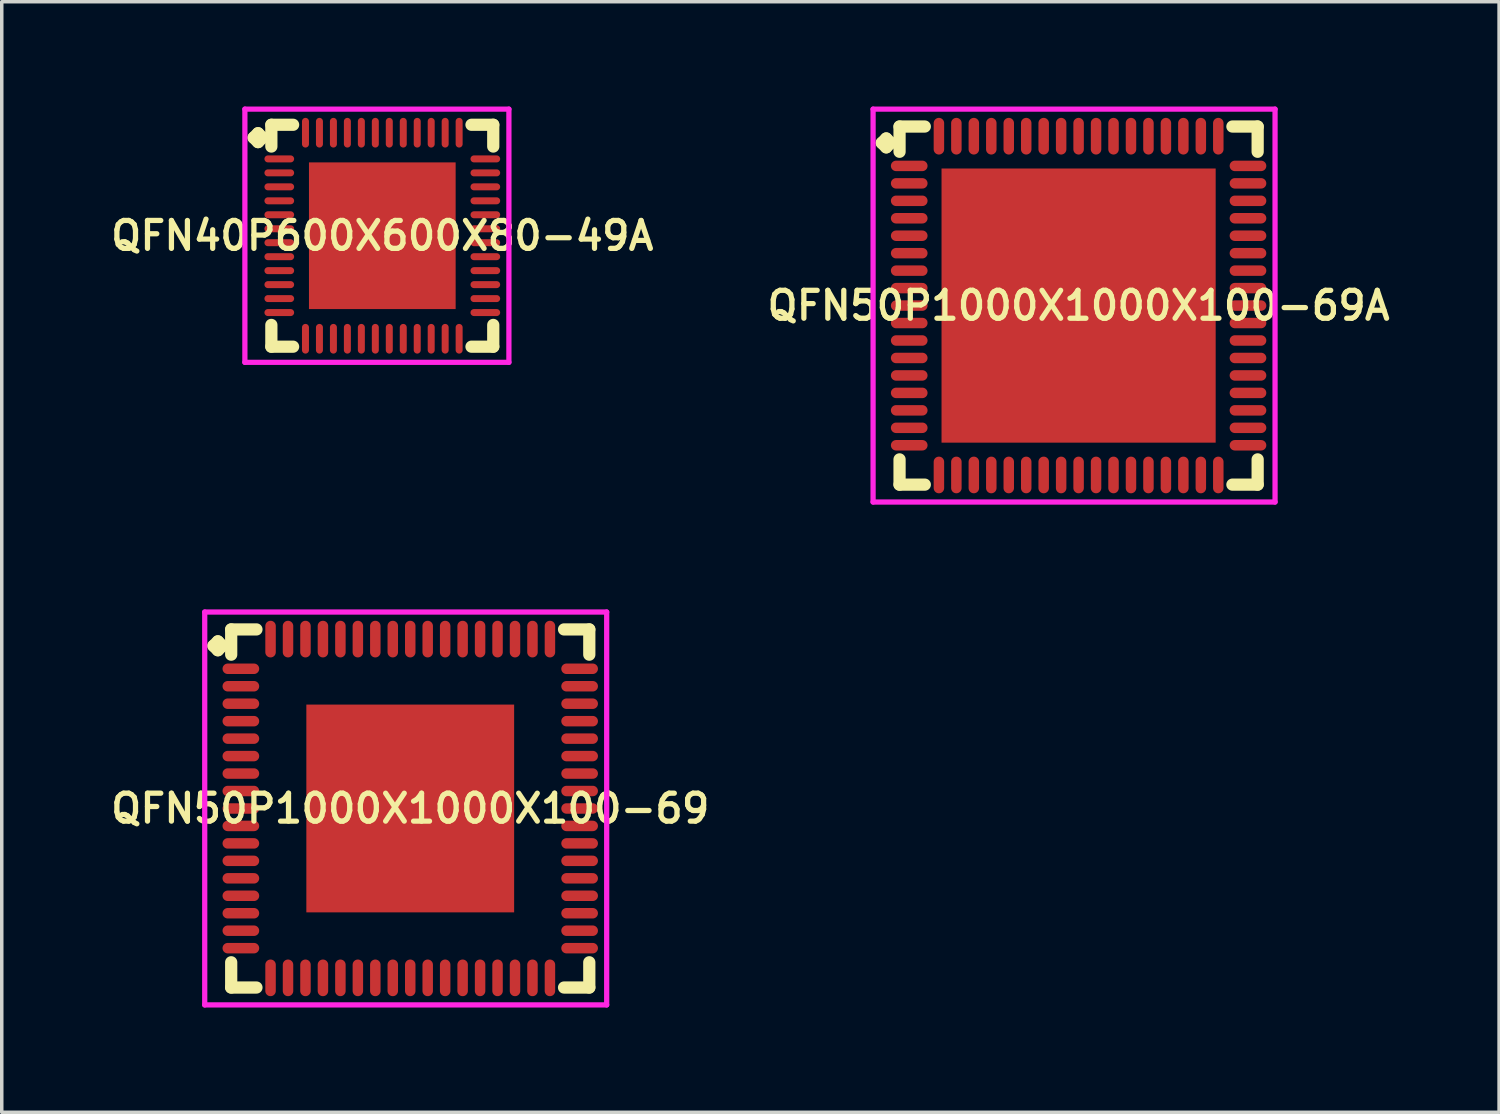
<source format=kicad_pcb>
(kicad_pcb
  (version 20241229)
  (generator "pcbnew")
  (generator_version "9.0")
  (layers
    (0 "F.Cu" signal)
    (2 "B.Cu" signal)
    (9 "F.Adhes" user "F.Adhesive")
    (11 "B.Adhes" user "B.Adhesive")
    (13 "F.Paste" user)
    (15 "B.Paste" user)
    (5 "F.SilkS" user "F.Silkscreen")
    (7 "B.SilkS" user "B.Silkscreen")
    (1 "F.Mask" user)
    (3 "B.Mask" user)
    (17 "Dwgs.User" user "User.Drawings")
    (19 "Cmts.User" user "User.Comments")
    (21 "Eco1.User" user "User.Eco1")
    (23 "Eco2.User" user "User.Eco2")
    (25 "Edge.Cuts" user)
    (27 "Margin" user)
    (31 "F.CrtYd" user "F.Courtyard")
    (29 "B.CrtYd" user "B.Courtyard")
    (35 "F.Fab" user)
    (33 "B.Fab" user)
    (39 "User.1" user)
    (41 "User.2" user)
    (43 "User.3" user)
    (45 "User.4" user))
  (footprint "QFN50P1000X1000X100-69A"
    (layer "F.Cu")
    (at 27.835 5.7)
    (property "Reference" "QFN50P1000X1000X100-69A" (at 0 0 0) (layer "F.SilkS") (effects (font (size 0.8 0.8) (thickness 0.15))))
    (attr smd)
    (fp_line (start -5.635 -4.658) (end -5.508 -4.785) (stroke (width 0.35) (type solid)) (layer "F.SilkS"))
    (fp_line (start -5.508 -4.785) (end -5.381 -4.658) (stroke (width 0.35) (type solid)) (layer "F.SilkS"))
    (fp_line (start -5.508 -4.531) (end -5.635 -4.658) (stroke (width 0.35) (type solid)) (layer "F.SilkS"))
    (fp_line (start -5.381 -4.658) (end -5.508 -4.531) (stroke (width 0.35) (type solid)) (layer "F.SilkS"))
    (fp_line (start -5.127 -5.127) (end -4.404 -5.127) (stroke (width 0.35) (type solid)) (layer "F.SilkS"))
    (fp_line (start -5.127 -4.404) (end -5.127 -5.127) (stroke (width 0.35) (type solid)) (layer "F.SilkS"))
    (fp_line (start -5.127 4.404) (end -5.127 5.127) (stroke (width 0.35) (type solid)) (layer "F.SilkS"))
    (fp_line (start -5.127 5.127) (end -4.404 5.127) (stroke (width 0.35) (type solid)) (layer "F.SilkS"))
    (fp_line (start 4.404 -5.127) (end 5.127 -5.127) (stroke (width 0.35) (type solid)) (layer "F.SilkS"))
    (fp_line (start 4.404 5.127) (end 5.127 5.127) (stroke (width 0.35) (type solid)) (layer "F.SilkS"))
    (fp_line (start 5.127 -5.127) (end 5.127 -4.404) (stroke (width 0.35) (type solid)) (layer "F.SilkS"))
    (fp_line (start 5.127 5.127) (end 5.127 4.404) (stroke (width 0.35) (type solid)) (layer "F.SilkS"))
    (fp_line (start -5.885 -5.625) (end 5.625 -5.625) (stroke (width 0.15) (type solid)) (layer "F.CrtYd"))
    (fp_line (start -5.885 5.625) (end -5.885 -5.625) (stroke (width 0.15) (type solid)) (layer "F.CrtYd"))
    (fp_line (start 5.625 -5.625) (end 5.625 5.625) (stroke (width 0.15) (type solid)) (layer "F.CrtYd"))
    (fp_line (start 5.625 5.625) (end -5.885 5.625) (stroke (width 0.15) (type solid)) (layer "F.CrtYd"))
    (pad "1" smd oval (at -4.85 -4) (size 1.05 0.3) (layers "F.Cu" "F.Mask" "F.Paste"))
    (pad "2" smd oval (at -4.85 -3.5) (size 1.05 0.3) (layers "F.Cu" "F.Mask" "F.Paste"))
    (pad "3" smd oval (at -4.85 -3) (size 1.05 0.3) (layers "F.Cu" "F.Mask" "F.Paste"))
    (pad "4" smd oval (at -4.85 -2.5) (size 1.05 0.3) (layers "F.Cu" "F.Mask" "F.Paste"))
    (pad "5" smd oval (at -4.85 -2) (size 1.05 0.3) (layers "F.Cu" "F.Mask" "F.Paste"))
    (pad "6" smd oval (at -4.85 -1.5) (size 1.05 0.3) (layers "F.Cu" "F.Mask" "F.Paste"))
    (pad "7" smd oval (at -4.85 -1) (size 1.05 0.3) (layers "F.Cu" "F.Mask" "F.Paste"))
    (pad "8" smd oval (at -4.85 -0.5) (size 1.05 0.3) (layers "F.Cu" "F.Mask" "F.Paste"))
    (pad "9" smd oval (at -4.85 0) (size 1.05 0.3) (layers "F.Cu" "F.Mask" "F.Paste"))
    (pad "10" smd oval (at -4.85 0.5) (size 1.05 0.3) (layers "F.Cu" "F.Mask" "F.Paste"))
    (pad "11" smd oval (at -4.85 1) (size 1.05 0.3) (layers "F.Cu" "F.Mask" "F.Paste"))
    (pad "12" smd oval (at -4.85 1.5) (size 1.05 0.3) (layers "F.Cu" "F.Mask" "F.Paste"))
    (pad "13" smd oval (at -4.85 2) (size 1.05 0.3) (layers "F.Cu" "F.Mask" "F.Paste"))
    (pad "14" smd oval (at -4.85 2.5) (size 1.05 0.3) (layers "F.Cu" "F.Mask" "F.Paste"))
    (pad "15" smd oval (at -4.85 3) (size 1.05 0.3) (layers "F.Cu" "F.Mask" "F.Paste"))
    (pad "16" smd oval (at -4.85 3.5) (size 1.05 0.3) (layers "F.Cu" "F.Mask" "F.Paste"))
    (pad "17" smd oval (at -4.85 4) (size 1.05 0.3) (layers "F.Cu" "F.Mask" "F.Paste"))
    (pad "18" smd oval (at -4 4.85) (size 0.3 1.05) (layers "F.Cu" "F.Mask" "F.Paste"))
    (pad "19" smd oval (at -3.5 4.85) (size 0.3 1.05) (layers "F.Cu" "F.Mask" "F.Paste"))
    (pad "20" smd oval (at -3 4.85) (size 0.3 1.05) (layers "F.Cu" "F.Mask" "F.Paste"))
    (pad "21" smd oval (at -2.5 4.85) (size 0.3 1.05) (layers "F.Cu" "F.Mask" "F.Paste"))
    (pad "22" smd oval (at -2 4.85) (size 0.3 1.05) (layers "F.Cu" "F.Mask" "F.Paste"))
    (pad "23" smd oval (at -1.5 4.85) (size 0.3 1.05) (layers "F.Cu" "F.Mask" "F.Paste"))
    (pad "24" smd oval (at -1 4.85) (size 0.3 1.05) (layers "F.Cu" "F.Mask" "F.Paste"))
    (pad "25" smd oval (at -0.5 4.85) (size 0.3 1.05) (layers "F.Cu" "F.Mask" "F.Paste"))
    (pad "26" smd oval (at 0 4.85) (size 0.3 1.05) (layers "F.Cu" "F.Mask" "F.Paste"))
    (pad "27" smd oval (at 0.5 4.85) (size 0.3 1.05) (layers "F.Cu" "F.Mask" "F.Paste"))
    (pad "28" smd oval (at 1 4.85) (size 0.3 1.05) (layers "F.Cu" "F.Mask" "F.Paste"))
    (pad "29" smd oval (at 1.5 4.85) (size 0.3 1.05) (layers "F.Cu" "F.Mask" "F.Paste"))
    (pad "30" smd oval (at 2 4.85) (size 0.3 1.05) (layers "F.Cu" "F.Mask" "F.Paste"))
    (pad "31" smd oval (at 2.5 4.85) (size 0.3 1.05) (layers "F.Cu" "F.Mask" "F.Paste"))
    (pad "32" smd oval (at 3 4.85) (size 0.3 1.05) (layers "F.Cu" "F.Mask" "F.Paste"))
    (pad "33" smd oval (at 3.5 4.85) (size 0.3 1.05) (layers "F.Cu" "F.Mask" "F.Paste"))
    (pad "34" smd oval (at 4 4.85) (size 0.3 1.05) (layers "F.Cu" "F.Mask" "F.Paste"))
    (pad "35" smd oval (at 4.85 4) (size 1.05 0.3) (layers "F.Cu" "F.Mask" "F.Paste"))
    (pad "36" smd oval (at 4.85 3.5) (size 1.05 0.3) (layers "F.Cu" "F.Mask" "F.Paste"))
    (pad "37" smd oval (at 4.85 3) (size 1.05 0.3) (layers "F.Cu" "F.Mask" "F.Paste"))
    (pad "38" smd oval (at 4.85 2.5) (size 1.05 0.3) (layers "F.Cu" "F.Mask" "F.Paste"))
    (pad "39" smd oval (at 4.85 2) (size 1.05 0.3) (layers "F.Cu" "F.Mask" "F.Paste"))
    (pad "40" smd oval (at 4.85 1.5) (size 1.05 0.3) (layers "F.Cu" "F.Mask" "F.Paste"))
    (pad "41" smd oval (at 4.85 1) (size 1.05 0.3) (layers "F.Cu" "F.Mask" "F.Paste"))
    (pad "42" smd oval (at 4.85 0.5) (size 1.05 0.3) (layers "F.Cu" "F.Mask" "F.Paste"))
    (pad "43" smd oval (at 4.85 0) (size 1.05 0.3) (layers "F.Cu" "F.Mask" "F.Paste"))
    (pad "44" smd oval (at 4.85 -0.5) (size 1.05 0.3) (layers "F.Cu" "F.Mask" "F.Paste"))
    (pad "45" smd oval (at 4.85 -1) (size 1.05 0.3) (layers "F.Cu" "F.Mask" "F.Paste"))
    (pad "46" smd oval (at 4.85 -1.5) (size 1.05 0.3) (layers "F.Cu" "F.Mask" "F.Paste"))
    (pad "47" smd oval (at 4.85 -2) (size 1.05 0.3) (layers "F.Cu" "F.Mask" "F.Paste"))
    (pad "48" smd oval (at 4.85 -2.5) (size 1.05 0.3) (layers "F.Cu" "F.Mask" "F.Paste"))
    (pad "49" smd oval (at 4.85 -3) (size 1.05 0.3) (layers "F.Cu" "F.Mask" "F.Paste"))
    (pad "50" smd oval (at 4.85 -3.5) (size 1.05 0.3) (layers "F.Cu" "F.Mask" "F.Paste"))
    (pad "51" smd oval (at 4.85 -4) (size 1.05 0.3) (layers "F.Cu" "F.Mask" "F.Paste"))
    (pad "52" smd oval (at 4 -4.85) (size 0.3 1.05) (layers "F.Cu" "F.Mask" "F.Paste"))
    (pad "53" smd oval (at 3.5 -4.85) (size 0.3 1.05) (layers "F.Cu" "F.Mask" "F.Paste"))
    (pad "54" smd oval (at 3 -4.85) (size 0.3 1.05) (layers "F.Cu" "F.Mask" "F.Paste"))
    (pad "55" smd oval (at 2.5 -4.85) (size 0.3 1.05) (layers "F.Cu" "F.Mask" "F.Paste"))
    (pad "56" smd oval (at 2 -4.85) (size 0.3 1.05) (layers "F.Cu" "F.Mask" "F.Paste"))
    (pad "57" smd oval (at 1.5 -4.85) (size 0.3 1.05) (layers "F.Cu" "F.Mask" "F.Paste"))
    (pad "58" smd oval (at 1 -4.85) (size 0.3 1.05) (layers "F.Cu" "F.Mask" "F.Paste"))
    (pad "59" smd oval (at 0.5 -4.85) (size 0.3 1.05) (layers "F.Cu" "F.Mask" "F.Paste"))
    (pad "60" smd oval (at 0 -4.85) (size 0.3 1.05) (layers "F.Cu" "F.Mask" "F.Paste"))
    (pad "61" smd oval (at -0.5 -4.85) (size 0.3 1.05) (layers "F.Cu" "F.Mask" "F.Paste"))
    (pad "62" smd oval (at -1 -4.85) (size 0.3 1.05) (layers "F.Cu" "F.Mask" "F.Paste"))
    (pad "63" smd oval (at -1.5 -4.85) (size 0.3 1.05) (layers "F.Cu" "F.Mask" "F.Paste"))
    (pad "64" smd oval (at -2 -4.85) (size 0.3 1.05) (layers "F.Cu" "F.Mask" "F.Paste"))
    (pad "65" smd oval (at -2.5 -4.85) (size 0.3 1.05) (layers "F.Cu" "F.Mask" "F.Paste"))
    (pad "66" smd oval (at -3 -4.85) (size 0.3 1.05) (layers "F.Cu" "F.Mask" "F.Paste"))
    (pad "67" smd oval (at -3.5 -4.85) (size 0.3 1.05) (layers "F.Cu" "F.Mask" "F.Paste"))
    (pad "68" smd oval (at -4 -4.85) (size 0.3 1.05) (layers "F.Cu" "F.Mask" "F.Paste"))
    (pad "69" smd rect (at 0 0) (size 7.85 7.85) (layers "F.Cu" "F.Mask" "F.Paste")))
  (footprint "QFN50P1000X1000X100-69"
    (layer "F.Cu")
    (at 8.697 20.1)
    (property "Reference" "QFN50P1000X1000X100-69" (at 0 0 0) (layer "F.SilkS") (effects (font (size 0.8 0.8) (thickness 0.15))))
    (attr smd)
    (fp_line (start -5.635 -4.658) (end -5.508 -4.785) (stroke (width 0.35) (type solid)) (layer "F.SilkS"))
    (fp_line (start -5.508 -4.785) (end -5.381 -4.658) (stroke (width 0.35) (type solid)) (layer "F.SilkS"))
    (fp_line (start -5.508 -4.531) (end -5.635 -4.658) (stroke (width 0.35) (type solid)) (layer "F.SilkS"))
    (fp_line (start -5.381 -4.658) (end -5.508 -4.531) (stroke (width 0.35) (type solid)) (layer "F.SilkS"))
    (fp_line (start -5.127 -5.127) (end -4.404 -5.127) (stroke (width 0.35) (type solid)) (layer "F.SilkS"))
    (fp_line (start -5.127 -4.404) (end -5.127 -5.127) (stroke (width 0.35) (type solid)) (layer "F.SilkS"))
    (fp_line (start -5.127 4.404) (end -5.127 5.127) (stroke (width 0.35) (type solid)) (layer "F.SilkS"))
    (fp_line (start -5.127 5.127) (end -4.404 5.127) (stroke (width 0.35) (type solid)) (layer "F.SilkS"))
    (fp_line (start 4.404 -5.127) (end 5.127 -5.127) (stroke (width 0.35) (type solid)) (layer "F.SilkS"))
    (fp_line (start 4.404 5.127) (end 5.127 5.127) (stroke (width 0.35) (type solid)) (layer "F.SilkS"))
    (fp_line (start 5.127 -5.127) (end 5.127 -4.404) (stroke (width 0.35) (type solid)) (layer "F.SilkS"))
    (fp_line (start 5.127 5.127) (end 5.127 4.404) (stroke (width 0.35) (type solid)) (layer "F.SilkS"))
    (fp_line (start -5.885 -5.625) (end 5.625 -5.625) (stroke (width 0.15) (type solid)) (layer "F.CrtYd"))
    (fp_line (start -5.885 5.625) (end -5.885 -5.625) (stroke (width 0.15) (type solid)) (layer "F.CrtYd"))
    (fp_line (start 5.625 -5.625) (end 5.625 5.625) (stroke (width 0.15) (type solid)) (layer "F.CrtYd"))
    (fp_line (start 5.625 5.625) (end -5.885 5.625) (stroke (width 0.15) (type solid)) (layer "F.CrtYd"))
    (pad "1" smd oval (at -4.85 -4) (size 1.05 0.3) (layers "F.Cu" "F.Mask" "F.Paste"))
    (pad "2" smd oval (at -4.85 -3.5) (size 1.05 0.3) (layers "F.Cu" "F.Mask" "F.Paste"))
    (pad "3" smd oval (at -4.85 -3) (size 1.05 0.3) (layers "F.Cu" "F.Mask" "F.Paste"))
    (pad "4" smd oval (at -4.85 -2.5) (size 1.05 0.3) (layers "F.Cu" "F.Mask" "F.Paste"))
    (pad "5" smd oval (at -4.85 -2) (size 1.05 0.3) (layers "F.Cu" "F.Mask" "F.Paste"))
    (pad "6" smd oval (at -4.85 -1.5) (size 1.05 0.3) (layers "F.Cu" "F.Mask" "F.Paste"))
    (pad "7" smd oval (at -4.85 -1) (size 1.05 0.3) (layers "F.Cu" "F.Mask" "F.Paste"))
    (pad "8" smd oval (at -4.85 -0.5) (size 1.05 0.3) (layers "F.Cu" "F.Mask" "F.Paste"))
    (pad "9" smd oval (at -4.85 0) (size 1.05 0.3) (layers "F.Cu" "F.Mask" "F.Paste"))
    (pad "10" smd oval (at -4.85 0.5) (size 1.05 0.3) (layers "F.Cu" "F.Mask" "F.Paste"))
    (pad "11" smd oval (at -4.85 1) (size 1.05 0.3) (layers "F.Cu" "F.Mask" "F.Paste"))
    (pad "12" smd oval (at -4.85 1.5) (size 1.05 0.3) (layers "F.Cu" "F.Mask" "F.Paste"))
    (pad "13" smd oval (at -4.85 2) (size 1.05 0.3) (layers "F.Cu" "F.Mask" "F.Paste"))
    (pad "14" smd oval (at -4.85 2.5) (size 1.05 0.3) (layers "F.Cu" "F.Mask" "F.Paste"))
    (pad "15" smd oval (at -4.85 3) (size 1.05 0.3) (layers "F.Cu" "F.Mask" "F.Paste"))
    (pad "16" smd oval (at -4.85 3.5) (size 1.05 0.3) (layers "F.Cu" "F.Mask" "F.Paste"))
    (pad "17" smd oval (at -4.85 4) (size 1.05 0.3) (layers "F.Cu" "F.Mask" "F.Paste"))
    (pad "18" smd oval (at -4 4.85) (size 0.3 1.05) (layers "F.Cu" "F.Mask" "F.Paste"))
    (pad "19" smd oval (at -3.5 4.85) (size 0.3 1.05) (layers "F.Cu" "F.Mask" "F.Paste"))
    (pad "20" smd oval (at -3 4.85) (size 0.3 1.05) (layers "F.Cu" "F.Mask" "F.Paste"))
    (pad "21" smd oval (at -2.5 4.85) (size 0.3 1.05) (layers "F.Cu" "F.Mask" "F.Paste"))
    (pad "22" smd oval (at -2 4.85) (size 0.3 1.05) (layers "F.Cu" "F.Mask" "F.Paste"))
    (pad "23" smd oval (at -1.5 4.85) (size 0.3 1.05) (layers "F.Cu" "F.Mask" "F.Paste"))
    (pad "24" smd oval (at -1 4.85) (size 0.3 1.05) (layers "F.Cu" "F.Mask" "F.Paste"))
    (pad "25" smd oval (at -0.5 4.85) (size 0.3 1.05) (layers "F.Cu" "F.Mask" "F.Paste"))
    (pad "26" smd oval (at 0 4.85) (size 0.3 1.05) (layers "F.Cu" "F.Mask" "F.Paste"))
    (pad "27" smd oval (at 0.5 4.85) (size 0.3 1.05) (layers "F.Cu" "F.Mask" "F.Paste"))
    (pad "28" smd oval (at 1 4.85) (size 0.3 1.05) (layers "F.Cu" "F.Mask" "F.Paste"))
    (pad "29" smd oval (at 1.5 4.85) (size 0.3 1.05) (layers "F.Cu" "F.Mask" "F.Paste"))
    (pad "30" smd oval (at 2 4.85) (size 0.3 1.05) (layers "F.Cu" "F.Mask" "F.Paste"))
    (pad "31" smd oval (at 2.5 4.85) (size 0.3 1.05) (layers "F.Cu" "F.Mask" "F.Paste"))
    (pad "32" smd oval (at 3 4.85) (size 0.3 1.05) (layers "F.Cu" "F.Mask" "F.Paste"))
    (pad "33" smd oval (at 3.5 4.85) (size 0.3 1.05) (layers "F.Cu" "F.Mask" "F.Paste"))
    (pad "34" smd oval (at 4 4.85) (size 0.3 1.05) (layers "F.Cu" "F.Mask" "F.Paste"))
    (pad "35" smd oval (at 4.85 4) (size 1.05 0.3) (layers "F.Cu" "F.Mask" "F.Paste"))
    (pad "36" smd oval (at 4.85 3.5) (size 1.05 0.3) (layers "F.Cu" "F.Mask" "F.Paste"))
    (pad "37" smd oval (at 4.85 3) (size 1.05 0.3) (layers "F.Cu" "F.Mask" "F.Paste"))
    (pad "38" smd oval (at 4.85 2.5) (size 1.05 0.3) (layers "F.Cu" "F.Mask" "F.Paste"))
    (pad "39" smd oval (at 4.85 2) (size 1.05 0.3) (layers "F.Cu" "F.Mask" "F.Paste"))
    (pad "40" smd oval (at 4.85 1.5) (size 1.05 0.3) (layers "F.Cu" "F.Mask" "F.Paste"))
    (pad "41" smd oval (at 4.85 1) (size 1.05 0.3) (layers "F.Cu" "F.Mask" "F.Paste"))
    (pad "42" smd oval (at 4.85 0.5) (size 1.05 0.3) (layers "F.Cu" "F.Mask" "F.Paste"))
    (pad "43" smd oval (at 4.85 0) (size 1.05 0.3) (layers "F.Cu" "F.Mask" "F.Paste"))
    (pad "44" smd oval (at 4.85 -0.5) (size 1.05 0.3) (layers "F.Cu" "F.Mask" "F.Paste"))
    (pad "45" smd oval (at 4.85 -1) (size 1.05 0.3) (layers "F.Cu" "F.Mask" "F.Paste"))
    (pad "46" smd oval (at 4.85 -1.5) (size 1.05 0.3) (layers "F.Cu" "F.Mask" "F.Paste"))
    (pad "47" smd oval (at 4.85 -2) (size 1.05 0.3) (layers "F.Cu" "F.Mask" "F.Paste"))
    (pad "48" smd oval (at 4.85 -2.5) (size 1.05 0.3) (layers "F.Cu" "F.Mask" "F.Paste"))
    (pad "49" smd oval (at 4.85 -3) (size 1.05 0.3) (layers "F.Cu" "F.Mask" "F.Paste"))
    (pad "50" smd oval (at 4.85 -3.5) (size 1.05 0.3) (layers "F.Cu" "F.Mask" "F.Paste"))
    (pad "51" smd oval (at 4.85 -4) (size 1.05 0.3) (layers "F.Cu" "F.Mask" "F.Paste"))
    (pad "52" smd oval (at 4 -4.85) (size 0.3 1.05) (layers "F.Cu" "F.Mask" "F.Paste"))
    (pad "53" smd oval (at 3.5 -4.85) (size 0.3 1.05) (layers "F.Cu" "F.Mask" "F.Paste"))
    (pad "54" smd oval (at 3 -4.85) (size 0.3 1.05) (layers "F.Cu" "F.Mask" "F.Paste"))
    (pad "55" smd oval (at 2.5 -4.85) (size 0.3 1.05) (layers "F.Cu" "F.Mask" "F.Paste"))
    (pad "56" smd oval (at 2 -4.85) (size 0.3 1.05) (layers "F.Cu" "F.Mask" "F.Paste"))
    (pad "57" smd oval (at 1.5 -4.85) (size 0.3 1.05) (layers "F.Cu" "F.Mask" "F.Paste"))
    (pad "58" smd oval (at 1 -4.85) (size 0.3 1.05) (layers "F.Cu" "F.Mask" "F.Paste"))
    (pad "59" smd oval (at 0.5 -4.85) (size 0.3 1.05) (layers "F.Cu" "F.Mask" "F.Paste"))
    (pad "60" smd oval (at 0 -4.85) (size 0.3 1.05) (layers "F.Cu" "F.Mask" "F.Paste"))
    (pad "61" smd oval (at -0.5 -4.85) (size 0.3 1.05) (layers "F.Cu" "F.Mask" "F.Paste"))
    (pad "62" smd oval (at -1 -4.85) (size 0.3 1.05) (layers "F.Cu" "F.Mask" "F.Paste"))
    (pad "63" smd oval (at -1.5 -4.85) (size 0.3 1.05) (layers "F.Cu" "F.Mask" "F.Paste"))
    (pad "64" smd oval (at -2 -4.85) (size 0.3 1.05) (layers "F.Cu" "F.Mask" "F.Paste"))
    (pad "65" smd oval (at -2.5 -4.85) (size 0.3 1.05) (layers "F.Cu" "F.Mask" "F.Paste"))
    (pad "66" smd oval (at -3 -4.85) (size 0.3 1.05) (layers "F.Cu" "F.Mask" "F.Paste"))
    (pad "67" smd oval (at -3.5 -4.85) (size 0.3 1.05) (layers "F.Cu" "F.Mask" "F.Paste"))
    (pad "68" smd oval (at -4 -4.85) (size 0.3 1.05) (layers "F.Cu" "F.Mask" "F.Paste"))
    (pad "69" smd rect (at 0 0) (size 5.95 5.95) (layers "F.Cu" "F.Mask" "F.Paste")))
  (footprint "QFN40P600X600X80-49A"
    (layer "F.Cu")
    (at 7.897 3.7)
    (property "Reference" "QFN40P600X600X80-49A" (at 0 0 0) (layer "F.SilkS") (effects (font (size 0.8 0.8) (thickness 0.15))))
    (attr smd)
    (fp_line (start -3.685 -2.808) (end -3.558 -2.935) (stroke (width 0.35) (type solid)) (layer "F.SilkS"))
    (fp_line (start -3.558 -2.935) (end -3.431 -2.808) (stroke (width 0.35) (type solid)) (layer "F.SilkS"))
    (fp_line (start -3.558 -2.681) (end -3.685 -2.808) (stroke (width 0.35) (type solid)) (layer "F.SilkS"))
    (fp_line (start -3.431 -2.808) (end -3.558 -2.681) (stroke (width 0.35) (type solid)) (layer "F.SilkS"))
    (fp_line (start -3.177 -3.177) (end -2.554 -3.177) (stroke (width 0.35) (type solid)) (layer "F.SilkS"))
    (fp_line (start -3.177 -2.554) (end -3.177 -3.177) (stroke (width 0.35) (type solid)) (layer "F.SilkS"))
    (fp_line (start -3.177 2.554) (end -3.177 3.177) (stroke (width 0.35) (type solid)) (layer "F.SilkS"))
    (fp_line (start -3.177 3.177) (end -2.554 3.177) (stroke (width 0.35) (type solid)) (layer "F.SilkS"))
    (fp_line (start 2.554 -3.177) (end 3.177 -3.177) (stroke (width 0.35) (type solid)) (layer "F.SilkS"))
    (fp_line (start 2.554 3.177) (end 3.177 3.177) (stroke (width 0.35) (type solid)) (layer "F.SilkS"))
    (fp_line (start 3.177 -3.177) (end 3.177 -2.554) (stroke (width 0.35) (type solid)) (layer "F.SilkS"))
    (fp_line (start 3.177 3.177) (end 3.177 2.554) (stroke (width 0.35) (type solid)) (layer "F.SilkS"))
    (fp_line (start -3.935 -3.625) (end 3.625 -3.625) (stroke (width 0.15) (type solid)) (layer "F.CrtYd"))
    (fp_line (start -3.935 3.625) (end -3.935 -3.625) (stroke (width 0.15) (type solid)) (layer "F.CrtYd"))
    (fp_line (start 3.625 -3.625) (end 3.625 3.625) (stroke (width 0.15) (type solid)) (layer "F.CrtYd"))
    (fp_line (start 3.625 3.625) (end -3.935 3.625) (stroke (width 0.15) (type solid)) (layer "F.CrtYd"))
    (pad "1" smd oval (at -2.95 -2.2) (size 0.85 0.2) (layers "F.Cu" "F.Mask" "F.Paste"))
    (pad "2" smd oval (at -2.95 -1.8) (size 0.85 0.2) (layers "F.Cu" "F.Mask" "F.Paste"))
    (pad "3" smd oval (at -2.95 -1.4) (size 0.85 0.2) (layers "F.Cu" "F.Mask" "F.Paste"))
    (pad "4" smd oval (at -2.95 -1) (size 0.85 0.2) (layers "F.Cu" "F.Mask" "F.Paste"))
    (pad "5" smd oval (at -2.95 -0.6) (size 0.85 0.2) (layers "F.Cu" "F.Mask" "F.Paste"))
    (pad "6" smd oval (at -2.95 -0.2) (size 0.85 0.2) (layers "F.Cu" "F.Mask" "F.Paste"))
    (pad "7" smd oval (at -2.95 0.2) (size 0.85 0.2) (layers "F.Cu" "F.Mask" "F.Paste"))
    (pad "8" smd oval (at -2.95 0.6) (size 0.85 0.2) (layers "F.Cu" "F.Mask" "F.Paste"))
    (pad "9" smd oval (at -2.95 1) (size 0.85 0.2) (layers "F.Cu" "F.Mask" "F.Paste"))
    (pad "10" smd oval (at -2.95 1.4) (size 0.85 0.2) (layers "F.Cu" "F.Mask" "F.Paste"))
    (pad "11" smd oval (at -2.95 1.8) (size 0.85 0.2) (layers "F.Cu" "F.Mask" "F.Paste"))
    (pad "12" smd oval (at -2.95 2.2) (size 0.85 0.2) (layers "F.Cu" "F.Mask" "F.Paste"))
    (pad "13" smd oval (at -2.2 2.95) (size 0.2 0.85) (layers "F.Cu" "F.Mask" "F.Paste"))
    (pad "14" smd oval (at -1.8 2.95) (size 0.2 0.85) (layers "F.Cu" "F.Mask" "F.Paste"))
    (pad "15" smd oval (at -1.4 2.95) (size 0.2 0.85) (layers "F.Cu" "F.Mask" "F.Paste"))
    (pad "16" smd oval (at -1 2.95) (size 0.2 0.85) (layers "F.Cu" "F.Mask" "F.Paste"))
    (pad "17" smd oval (at -0.6 2.95) (size 0.2 0.85) (layers "F.Cu" "F.Mask" "F.Paste"))
    (pad "18" smd oval (at -0.2 2.95) (size 0.2 0.85) (layers "F.Cu" "F.Mask" "F.Paste"))
    (pad "19" smd oval (at 0.2 2.95) (size 0.2 0.85) (layers "F.Cu" "F.Mask" "F.Paste"))
    (pad "20" smd oval (at 0.6 2.95) (size 0.2 0.85) (layers "F.Cu" "F.Mask" "F.Paste"))
    (pad "21" smd oval (at 1 2.95) (size 0.2 0.85) (layers "F.Cu" "F.Mask" "F.Paste"))
    (pad "22" smd oval (at 1.4 2.95) (size 0.2 0.85) (layers "F.Cu" "F.Mask" "F.Paste"))
    (pad "23" smd oval (at 1.8 2.95) (size 0.2 0.85) (layers "F.Cu" "F.Mask" "F.Paste"))
    (pad "24" smd oval (at 2.2 2.95) (size 0.2 0.85) (layers "F.Cu" "F.Mask" "F.Paste"))
    (pad "25" smd oval (at 2.95 2.2) (size 0.85 0.2) (layers "F.Cu" "F.Mask" "F.Paste"))
    (pad "26" smd oval (at 2.95 1.8) (size 0.85 0.2) (layers "F.Cu" "F.Mask" "F.Paste"))
    (pad "27" smd oval (at 2.95 1.4) (size 0.85 0.2) (layers "F.Cu" "F.Mask" "F.Paste"))
    (pad "28" smd oval (at 2.95 1) (size 0.85 0.2) (layers "F.Cu" "F.Mask" "F.Paste"))
    (pad "29" smd oval (at 2.95 0.6) (size 0.85 0.2) (layers "F.Cu" "F.Mask" "F.Paste"))
    (pad "30" smd oval (at 2.95 0.2) (size 0.85 0.2) (layers "F.Cu" "F.Mask" "F.Paste"))
    (pad "31" smd oval (at 2.95 -0.2) (size 0.85 0.2) (layers "F.Cu" "F.Mask" "F.Paste"))
    (pad "32" smd oval (at 2.95 -0.6) (size 0.85 0.2) (layers "F.Cu" "F.Mask" "F.Paste"))
    (pad "33" smd oval (at 2.95 -1) (size 0.85 0.2) (layers "F.Cu" "F.Mask" "F.Paste"))
    (pad "34" smd oval (at 2.95 -1.4) (size 0.85 0.2) (layers "F.Cu" "F.Mask" "F.Paste"))
    (pad "35" smd oval (at 2.95 -1.8) (size 0.85 0.2) (layers "F.Cu" "F.Mask" "F.Paste"))
    (pad "36" smd oval (at 2.95 -2.2) (size 0.85 0.2) (layers "F.Cu" "F.Mask" "F.Paste"))
    (pad "37" smd oval (at 2.2 -2.95) (size 0.2 0.85) (layers "F.Cu" "F.Mask" "F.Paste"))
    (pad "38" smd oval (at 1.8 -2.95) (size 0.2 0.85) (layers "F.Cu" "F.Mask" "F.Paste"))
    (pad "39" smd oval (at 1.4 -2.95) (size 0.2 0.85) (layers "F.Cu" "F.Mask" "F.Paste"))
    (pad "40" smd oval (at 1 -2.95) (size 0.2 0.85) (layers "F.Cu" "F.Mask" "F.Paste"))
    (pad "41" smd oval (at 0.6 -2.95) (size 0.2 0.85) (layers "F.Cu" "F.Mask" "F.Paste"))
    (pad "42" smd oval (at 0.2 -2.95) (size 0.2 0.85) (layers "F.Cu" "F.Mask" "F.Paste"))
    (pad "43" smd oval (at -0.2 -2.95) (size 0.2 0.85) (layers "F.Cu" "F.Mask" "F.Paste"))
    (pad "44" smd oval (at -0.6 -2.95) (size 0.2 0.85) (layers "F.Cu" "F.Mask" "F.Paste"))
    (pad "45" smd oval (at -1 -2.95) (size 0.2 0.85) (layers "F.Cu" "F.Mask" "F.Paste"))
    (pad "46" smd oval (at -1.4 -2.95) (size 0.2 0.85) (layers "F.Cu" "F.Mask" "F.Paste"))
    (pad "47" smd oval (at -1.8 -2.95) (size 0.2 0.85) (layers "F.Cu" "F.Mask" "F.Paste"))
    (pad "48" smd oval (at -2.2 -2.95) (size 0.2 0.85) (layers "F.Cu" "F.Mask" "F.Paste"))
    (pad "49" smd rect (at 0 0) (size 4.2 4.2) (layers "F.Cu" "F.Mask" "F.Paste")))
  (gr_rect
    (start -3 -3)
    (end 39.875 28.8)
    (stroke (width 0.1) (type default))
    (fill no)
    (layer "Edge.Cuts")))
</source>
